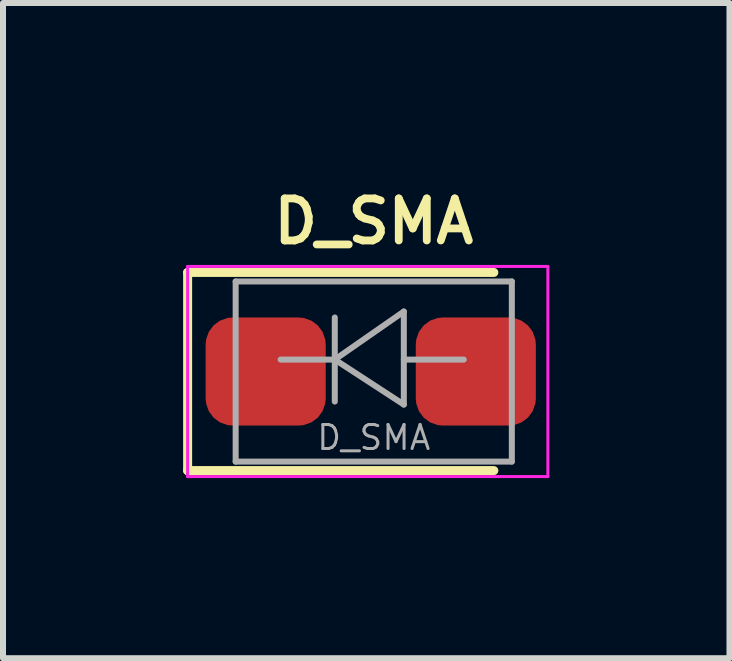
<source format=kicad_pcb>
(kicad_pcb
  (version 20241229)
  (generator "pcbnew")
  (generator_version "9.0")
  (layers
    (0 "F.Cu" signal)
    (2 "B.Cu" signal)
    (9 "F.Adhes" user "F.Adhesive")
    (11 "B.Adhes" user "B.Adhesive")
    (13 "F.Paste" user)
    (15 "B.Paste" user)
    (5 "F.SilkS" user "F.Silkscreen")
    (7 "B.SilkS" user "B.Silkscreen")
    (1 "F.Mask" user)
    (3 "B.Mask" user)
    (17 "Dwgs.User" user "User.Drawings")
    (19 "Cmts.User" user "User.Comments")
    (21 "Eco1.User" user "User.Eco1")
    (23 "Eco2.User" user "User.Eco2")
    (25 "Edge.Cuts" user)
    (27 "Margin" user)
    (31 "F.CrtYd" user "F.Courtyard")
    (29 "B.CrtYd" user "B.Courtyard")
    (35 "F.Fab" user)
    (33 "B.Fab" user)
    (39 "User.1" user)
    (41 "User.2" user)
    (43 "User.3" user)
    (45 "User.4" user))
  (footprint "D_SMA"
    (layer "F.Cu")
    (at 3.175 3.138)
    (property "Reference" "D_SMA" (at 0 -2.5 0) (layer "F.SilkS") (effects (font (size 0.7 0.7) (thickness 0.13))))
    (attr smd)
    (fp_line (start -3.1 -1.65) (end -3.1 1.65) (stroke (width 0.15) (type solid)) (layer "F.SilkS"))
    (fp_line (start -3.1 -1.65) (end 2 -1.65) (stroke (width 0.15) (type solid)) (layer "F.SilkS"))
    (fp_line (start -3.1 1.65) (end 2 1.65) (stroke (width 0.15) (type solid)) (layer "F.SilkS"))
    (fp_line (start -3.1 -1.75) (end 2.9 -1.75) (stroke (width 0.05) (type solid)) (layer "F.CrtYd"))
    (fp_line (start -3.1 1.75) (end -3.1 -1.75) (stroke (width 0.05) (type solid)) (layer "F.CrtYd"))
    (fp_line (start 2.9 -1.75) (end 2.9 1.75) (stroke (width 0.05) (type solid)) (layer "F.CrtYd"))
    (fp_line (start 2.9 1.75) (end -3.1 1.75) (stroke (width 0.05) (type solid)) (layer "F.CrtYd"))
    (fp_line (start -2.3 1.5) (end -2.3 -1.5) (stroke (width 0.1) (type solid)) (layer "F.Fab"))
    (fp_line (start -0.649 -0.9) (end -0.649 0.5) (stroke (width 0.1) (type solid)) (layer "F.Fab"))
    (fp_line (start -0.649 -0.199) (end -1.551 -0.199) (stroke (width 0.1) (type solid)) (layer "F.Fab"))
    (fp_line (start -0.649 -0.199) (end 0.501 -0.999) (stroke (width 0.1) (type solid)) (layer "F.Fab"))
    (fp_line (start -0.649 -0.199) (end 0.501 0.55) (stroke (width 0.1) (type solid)) (layer "F.Fab"))
    (fp_line (start 0.501 -0.199) (end 1.499 -0.199) (stroke (width 0.1) (type solid)) (layer "F.Fab"))
    (fp_line (start 0.501 0.55) (end 0.501 -0.999) (stroke (width 0.1) (type solid)) (layer "F.Fab"))
    (fp_line (start 2.3 -1.5) (end -2.3 -1.5) (stroke (width 0.1) (type solid)) (layer "F.Fab"))
    (fp_line (start 2.3 -1.5) (end 2.3 1.5) (stroke (width 0.1) (type solid)) (layer "F.Fab"))
    (fp_line (start 2.3 1.5) (end -2.3 1.5) (stroke (width 0.1) (type solid)) (layer "F.Fab"))
    (fp_text user "${REFERENCE}" (at 0 1.1 0) (layer "F.Fab") (effects (font (size 0.4 0.4) (thickness 0.05))))
    (pad "1" smd roundrect (at -1.8 0) (size 2 1.8) (layers "F.Cu" "F.Mask" "F.Paste") (roundrect_rratio 0.25))
    (pad "2" smd roundrect (at 1.7 0) (size 2 1.8) (layers "F.Cu" "F.Mask" "F.Paste") (roundrect_rratio 0.25)))
  (gr_rect
    (start -3 -3)
    (end 9.1 7.913)
    (stroke (width 0.1) (type default))
    (fill no)
    (layer "Edge.Cuts")))
</source>
